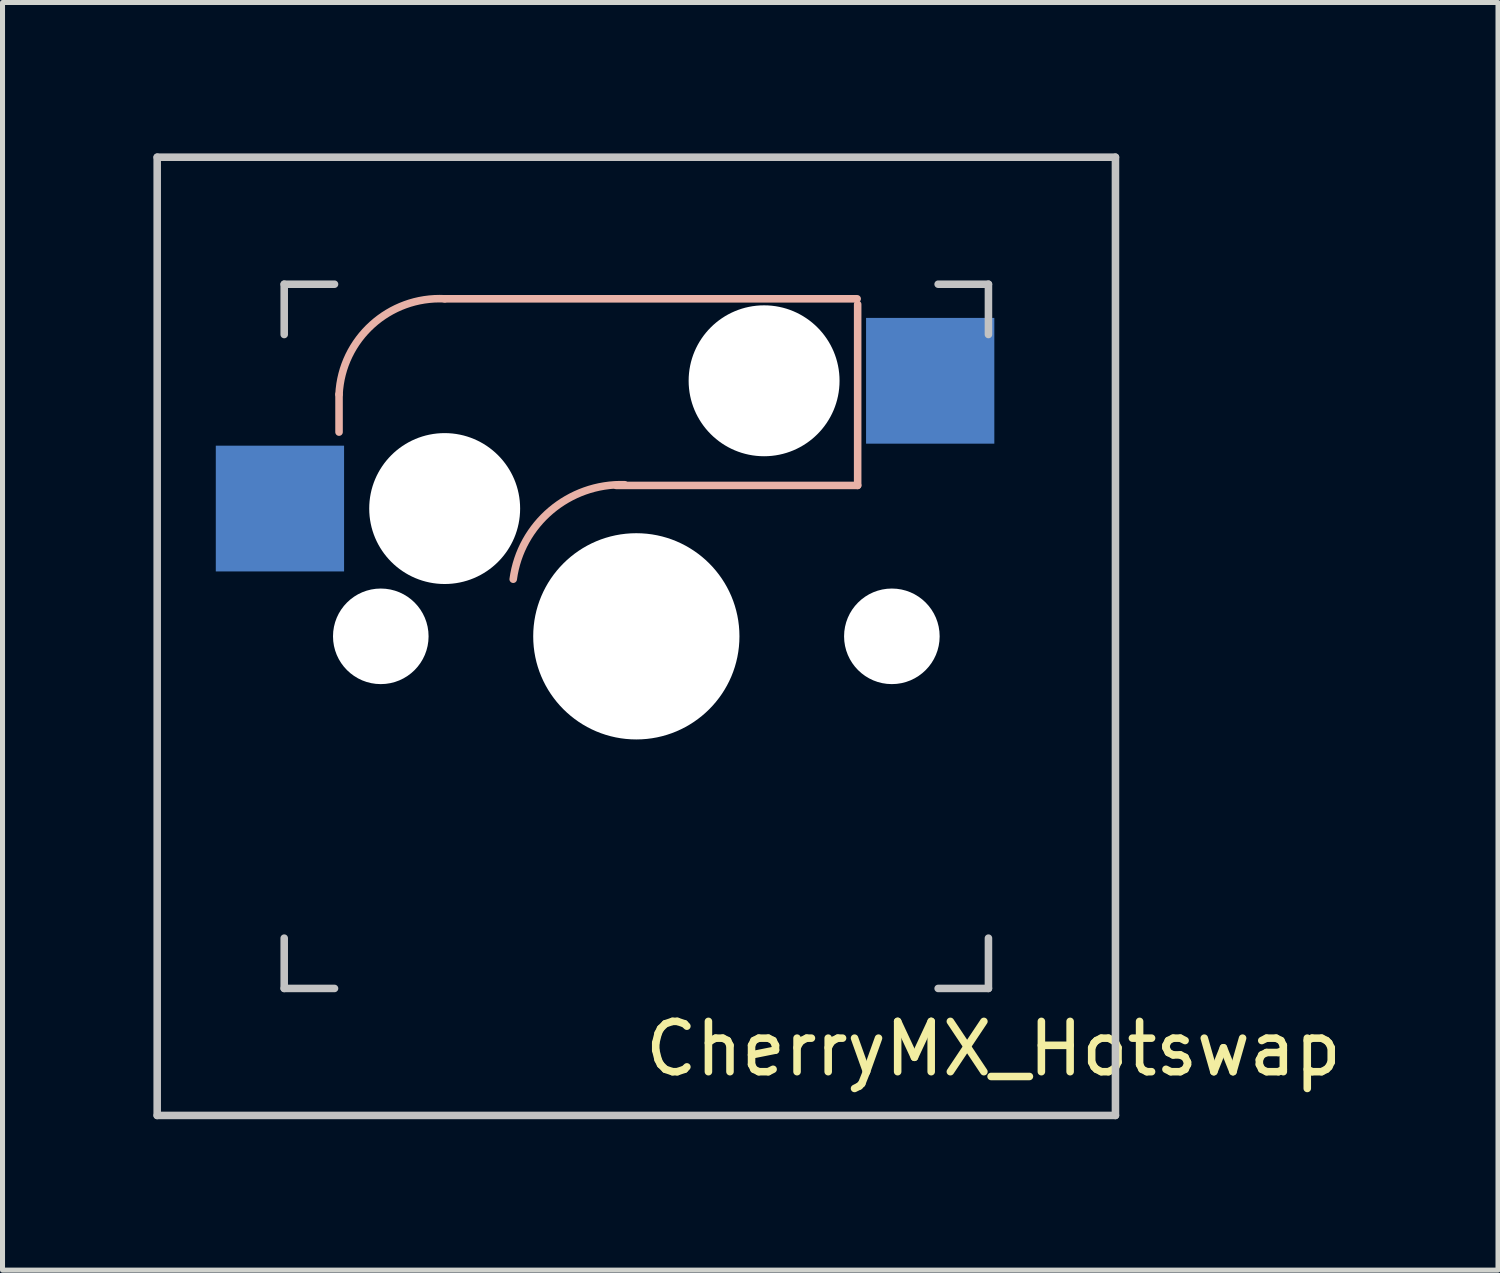
<source format=kicad_pcb>
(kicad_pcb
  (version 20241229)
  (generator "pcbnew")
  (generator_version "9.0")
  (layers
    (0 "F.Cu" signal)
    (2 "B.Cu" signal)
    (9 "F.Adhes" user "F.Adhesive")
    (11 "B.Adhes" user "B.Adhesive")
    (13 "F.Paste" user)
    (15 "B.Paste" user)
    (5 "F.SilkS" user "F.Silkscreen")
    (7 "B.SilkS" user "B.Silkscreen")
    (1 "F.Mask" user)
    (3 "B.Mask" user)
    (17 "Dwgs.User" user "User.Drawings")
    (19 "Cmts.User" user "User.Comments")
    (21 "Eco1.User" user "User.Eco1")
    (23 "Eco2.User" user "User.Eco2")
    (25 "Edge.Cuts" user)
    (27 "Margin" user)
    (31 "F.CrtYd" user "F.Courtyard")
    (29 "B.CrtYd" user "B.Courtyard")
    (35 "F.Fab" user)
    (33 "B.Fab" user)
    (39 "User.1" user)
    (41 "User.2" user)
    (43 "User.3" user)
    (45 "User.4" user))
  (footprint "CherryMX_Hotswap"
    (layer "F.Cu")
    (at 9.6 9.6)
    (property "Reference" "CherryMX_Hotswap" (at 7.1 8.2 0) (layer "F.SilkS") (effects (font (size 1 1) (thickness 0.15))))
    (attr through_hole)
    (fp_line (start -5.91 -4.81) (end -5.91 -4.06) (stroke (width 0.15) (type solid)) (layer "B.SilkS"))
    (fp_line (start -0.4 -3) (end 4.4 -3) (stroke (width 0.15) (type solid)) (layer "B.SilkS"))
    (fp_line (start 4.39 -6.71) (end -3.81 -6.71) (stroke (width 0.15) (type solid)) (layer "B.SilkS"))
    (fp_line (start 4.4 -3) (end 4.4 -6.6) (stroke (width 0.15) (type solid)) (layer "B.SilkS"))
    (fp_arc (start -5.909999 -4.809999) (mid -5.253503 -6.194924) (end -3.81 -6.71) (stroke (width 0.15) (type solid)) (layer "B.SilkS"))
    (fp_arc (start -2.447609 -1.135353) (mid -1.7 -2.5) (end -0.231291 -3.013882) (stroke (width 0.15) (type solid)) (layer "B.SilkS"))
    (fp_line (start -9.525 -9.525) (end 9.525 -9.525) (stroke (width 0.15) (type solid)) (layer "Dwgs.User"))
    (fp_line (start -9.525 9.525) (end -9.525 -9.525) (stroke (width 0.15) (type solid)) (layer "Dwgs.User"))
    (fp_line (start -7 -7) (end -6 -7) (stroke (width 0.15) (type solid)) (layer "Dwgs.User"))
    (fp_line (start -7 -6) (end -7 -7) (stroke (width 0.15) (type solid)) (layer "Dwgs.User"))
    (fp_line (start -7 6) (end -7 7) (stroke (width 0.15) (type solid)) (layer "Dwgs.User"))
    (fp_line (start -7 7) (end -6 7) (stroke (width 0.15) (type solid)) (layer "Dwgs.User"))
    (fp_line (start 6 7) (end 7 7) (stroke (width 0.15) (type solid)) (layer "Dwgs.User"))
    (fp_line (start 7 -7) (end 6 -7) (stroke (width 0.15) (type solid)) (layer "Dwgs.User"))
    (fp_line (start 7 -7) (end 7 -6) (stroke (width 0.15) (type solid)) (layer "Dwgs.User"))
    (fp_line (start 7 7) (end 7 6) (stroke (width 0.15) (type solid)) (layer "Dwgs.User"))
    (fp_line (start 9.525 -9.525) (end 9.525 9.525) (stroke (width 0.15) (type solid)) (layer "Dwgs.User"))
    (fp_line (start 9.525 9.525) (end -9.525 9.525) (stroke (width 0.15) (type solid)) (layer "Dwgs.User"))
    (pad "" np_thru_hole circle (at -5.08 0) (size 1.9 1.9) (drill 1.9) (layers "*.Cu" "*.Mask"))
    (pad "" np_thru_hole circle (at -3.81 -2.54) (size 3 3) (drill 3) (layers "*.Cu" "*.Mask"))
    (pad "" np_thru_hole circle (at 0 0 90) (size 4.1 4.1) (drill 4.1) (layers "*.Cu" "*.Mask"))
    (pad "" np_thru_hole circle (at 2.54 -5.08) (size 3 3) (drill 3) (layers "*.Cu" "*.Mask"))
    (pad "" np_thru_hole circle (at 5.08 0) (size 1.9 1.9) (drill 1.9) (layers "*.Cu" "*.Mask"))
    (pad "1" smd rect (at -7.085 -2.54 180) (size 2.55 2.5) (layers "B.Cu" "B.Mask" "B.Paste"))
    (pad "2" smd rect (at 5.842 -5.08 180) (size 2.55 2.5) (layers "B.Cu" "B.Mask" "B.Paste")))
  (gr_rect
    (start -3 -3)
    (end 26.73 22.2)
    (stroke (width 0.1) (type default))
    (fill no)
    (layer "Edge.Cuts")))
</source>
